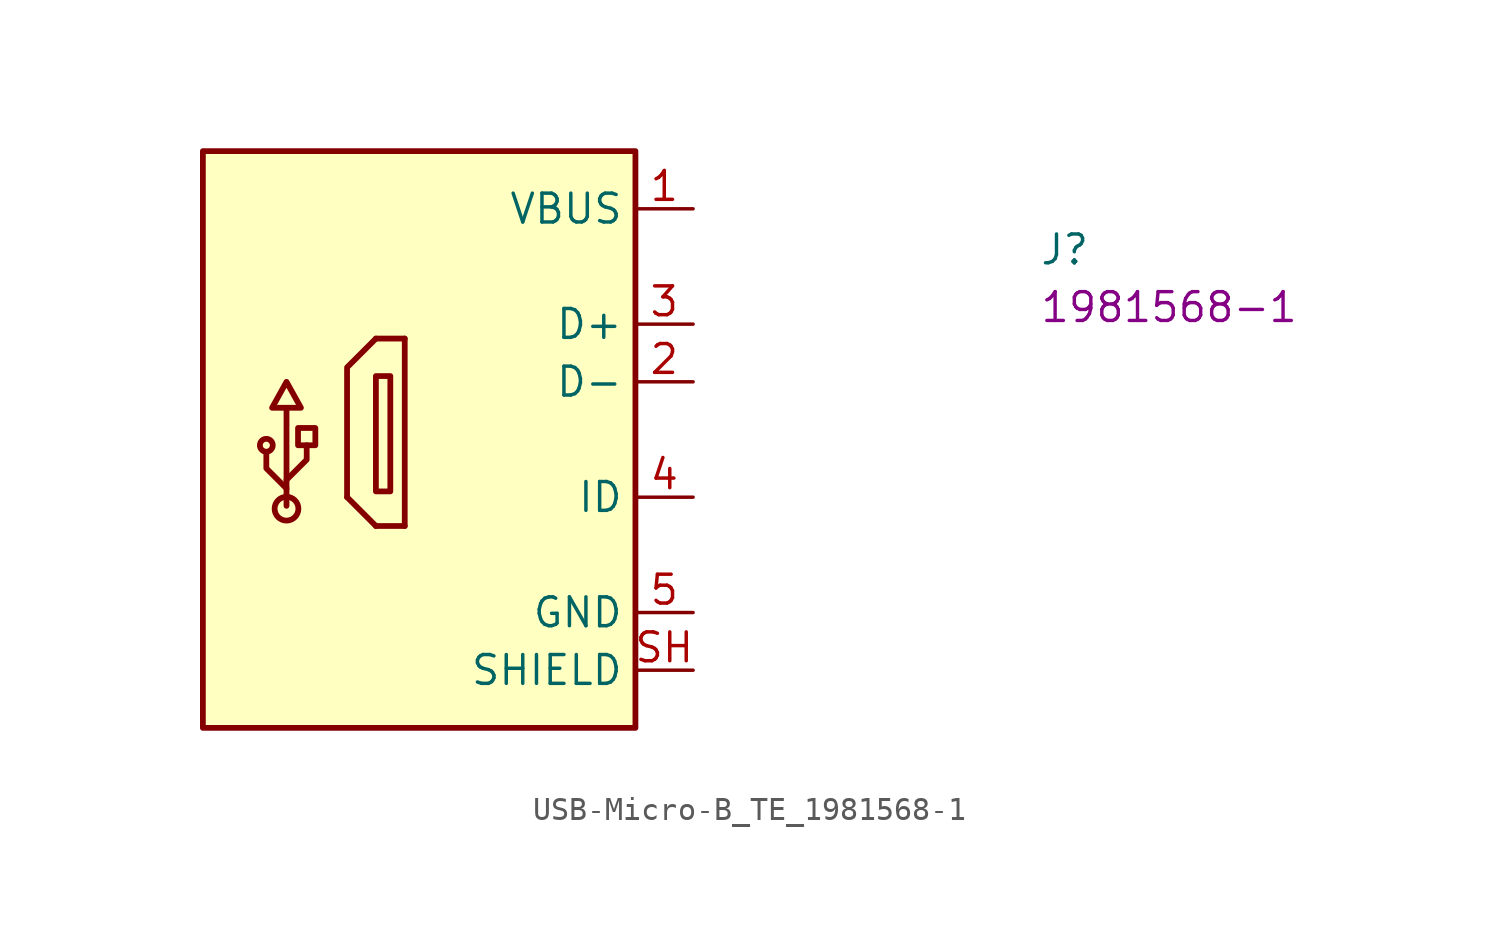
<source format=kicad_sym>
(kicad_symbol_lib
  (version 20220914)
  (generator kicad_symbol_editor)
  (symbol "USB-Micro-B_TE_1981568-1"
    (property "Reference" "J"
      (at 15.24 -2.54 0)
      (effects (font (size 1.27 1.27) (thickness 0.15)) (justify left bottom)))
    (property "MPN" "1981568-1"
      (at 15.24 -5.08 0)
      (effects (font (size 1.27 1.27) (thickness 0.15)) (justify left bottom)))
    (symbol "USB-Micro-B_TE_1981568-1_1_1"
      (rectangle (start -21.59 2.54) (end -2.54 -22.86) (stroke (width 0.254) (type default)) (fill (type background)))
      (circle (center -18.796 -10.414) (radius 0.284) (stroke (width 0.254) (type default)) (fill (type background)))
      (circle (center -17.907 -13.208) (radius 0.524) (stroke (width 0.254) (type default)) (fill (type background)))
      (rectangle (start -17.399 -10.414) (end -16.637 -9.652) (stroke (width 0.254) (type default)) (fill (type background)))
      (rectangle (start -13.335 -7.366) (end -13.97 -12.446) (stroke (width 0.254) (type default)) (fill (type background)))
      (polyline (pts (xy -17.907 -13.081) (xy -17.907 -8.763)) (stroke (width 0.254) (type default)) (fill (type background)))
      (polyline (pts (xy -13.97 -13.97) (xy -15.24 -12.7)) (stroke (width 0.254) (type default)) (fill (type background)))
      (polyline (pts (xy -12.7 -13.97) (xy -13.97 -13.97)) (stroke (width 0.254) (type default)) (fill (type background)))
      (polyline (pts (xy -12.7 -13.97) (xy -12.7 -5.715)) (stroke (width 0.254) (type default)) (fill (type background)))
      (polyline (pts (xy -12.7 -5.715) (xy -13.97 -5.715)) (stroke (width 0.254) (type default)) (fill (type background)))
      (polyline (pts (xy -17.907 -12.319) (xy -18.796 -11.43) (xy -18.796 -10.795)) (stroke (width 0.254) (type default)) (fill (type background)))
      (polyline (pts (xy -17.907 -11.938) (xy -17.018 -11.049) (xy -17.018 -10.414)) (stroke (width 0.254) (type default)) (fill (type background)))
      (polyline (pts (xy -13.97 -5.715) (xy -15.24 -6.985) (xy -15.24 -12.7)) (stroke (width 0.254) (type default)) (fill (type background)))
      (polyline (pts (xy -18.542 -8.763) (xy -17.907 -7.62) (xy -17.272 -8.763) (xy -18.542 -8.763)) (stroke (width 0.254) (type default)) (fill (type background)))
      (pin passive line (at 0 0 180) (length 2.54) (name "VBUS" (effects (font (size 1.27 1.27)))) (number "1" (effects (font (size 1.27 1.27)))))
      (pin bidirectional line (at 0 -7.62 180) (length 2.54) (name "D-" (effects (font (size 1.27 1.27)))) (number "2" (effects (font (size 1.27 1.27)))))
      (pin bidirectional line (at 0 -5.08 180) (length 2.54) (name "D+" (effects (font (size 1.27 1.27)))) (number "3" (effects (font (size 1.27 1.27)))))
      (pin bidirectional line (at 0 -12.7 180) (length 2.54) (name "ID" (effects (font (size 1.27 1.27)))) (number "4" (effects (font (size 1.27 1.27)))))
      (pin power_in line (at 0 -17.78 180) (length 2.54) (name "GND" (effects (font (size 1.27 1.27)))) (number "5" (effects (font (size 1.27 1.27)))))
      (pin passive line (at 0 -20.32 180) (length 2.54) (name "SHIELD" (effects (font (size 1.27 1.27)))) (number "SH" (effects (font (size 1.27 1.27))))))))
</source>
